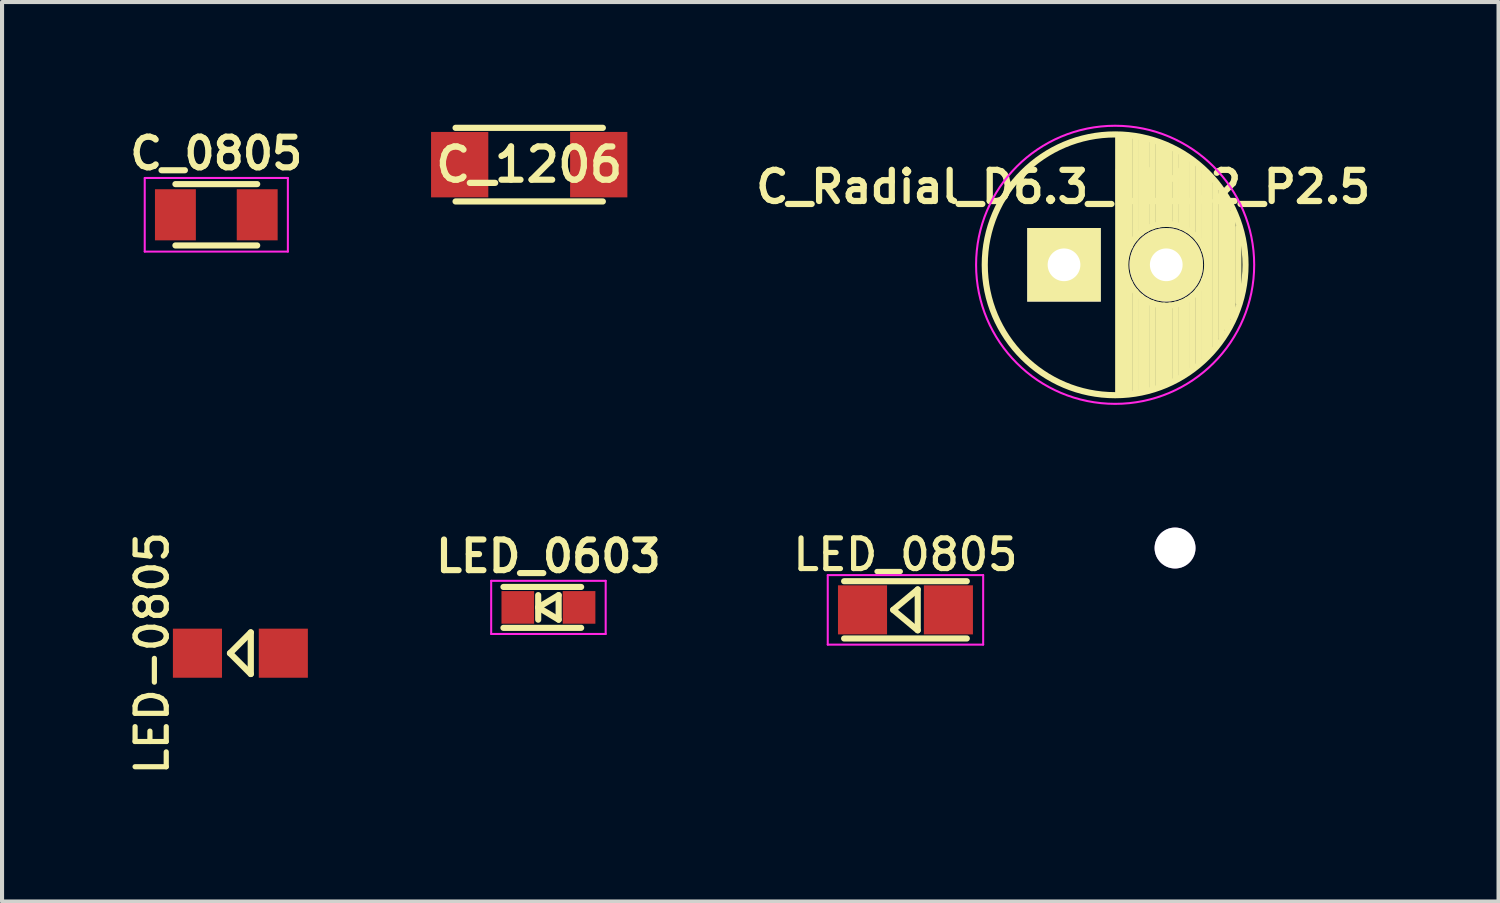
<source format=kicad_pcb>
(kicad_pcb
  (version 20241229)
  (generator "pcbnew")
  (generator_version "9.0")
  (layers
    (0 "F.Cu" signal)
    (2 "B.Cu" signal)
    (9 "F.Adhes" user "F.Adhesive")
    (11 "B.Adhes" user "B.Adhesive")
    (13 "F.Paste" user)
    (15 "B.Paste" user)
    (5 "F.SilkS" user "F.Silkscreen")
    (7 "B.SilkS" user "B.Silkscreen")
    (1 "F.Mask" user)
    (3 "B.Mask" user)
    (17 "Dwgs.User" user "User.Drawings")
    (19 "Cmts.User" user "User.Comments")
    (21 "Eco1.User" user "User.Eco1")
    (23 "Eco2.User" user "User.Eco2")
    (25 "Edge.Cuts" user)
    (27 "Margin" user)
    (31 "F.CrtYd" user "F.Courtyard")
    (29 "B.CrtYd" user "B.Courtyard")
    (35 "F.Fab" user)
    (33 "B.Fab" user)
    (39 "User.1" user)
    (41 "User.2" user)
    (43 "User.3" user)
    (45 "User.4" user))
  (footprint "LED_0603"
    (layer "F.Cu")
    (at 10.36 11.802)
    (property "Reference" "LED_0603" (at 0 -1.25 0) (layer "F.SilkS") (effects (font (size 0.75 0.75) (thickness 0.15))))
    (attr smd)
    (fp_line (start -1.1 -0.5) (end 0.8 -0.5) (stroke (width 0.15) (type solid)) (layer "F.SilkS"))
    (fp_line (start -1.1 0.5) (end 0.8 0.5) (stroke (width 0.15) (type solid)) (layer "F.SilkS"))
    (fp_line (start -0.25 -0.3) (end -0.25 0.3) (stroke (width 0.15) (type solid)) (layer "F.SilkS"))
    (fp_line (start -0.25 0) (end 0.25 0.3) (stroke (width 0.15) (type solid)) (layer "F.SilkS"))
    (fp_line (start 0.25 -0.3) (end -0.25 0) (stroke (width 0.15) (type solid)) (layer "F.SilkS"))
    (fp_line (start 0.25 0.3) (end 0.25 -0.3) (stroke (width 0.15) (type solid)) (layer "F.SilkS"))
    (fp_line (start -1.4 -0.65) (end 1.4 -0.65) (stroke (width 0.05) (type solid)) (layer "F.CrtYd"))
    (fp_line (start -1.4 0.65) (end -1.4 -0.65) (stroke (width 0.05) (type solid)) (layer "F.CrtYd"))
    (fp_line (start 1.4 -0.65) (end 1.4 0.65) (stroke (width 0.05) (type solid)) (layer "F.CrtYd"))
    (fp_line (start 1.4 0.65) (end -1.4 0.65) (stroke (width 0.05) (type solid)) (layer "F.CrtYd"))
    (pad "1" smd rect (at -0.749 0 180) (size 0.798 0.798) (layers "F.Cu" "F.Mask" "F.Paste"))
    (pad "2" smd rect (at 0.749 0 180) (size 0.798 0.798) (layers "F.Cu" "F.Mask" "F.Paste")))
  (footprint "C_Radial_D6.3_L11.2_P2.5"
    (layer "F.Cu")
    (at 24.217 3.425)
    (property "Reference" "C_Radial_D6.3_L11.2_P2.5" (at -1.27 -1.905 0) (layer "F.SilkS") (effects (font (size 0.762 0.762) (thickness 0.152))))
    (attr through_hole)
    (fp_line (start 0.075 -3.149) (end 0.075 3.149) (stroke (width 0.15) (type solid)) (layer "F.SilkS"))
    (fp_line (start 0.215 -3.143) (end 0.215 3.143) (stroke (width 0.15) (type solid)) (layer "F.SilkS"))
    (fp_line (start 0.355 -3.13) (end 0.355 -0.446) (stroke (width 0.15) (type solid)) (layer "F.SilkS"))
    (fp_line (start 0.355 0.446) (end 0.355 3.13) (stroke (width 0.15) (type solid)) (layer "F.SilkS"))
    (fp_line (start 0.495 -3.111) (end 0.495 -0.656) (stroke (width 0.15) (type solid)) (layer "F.SilkS"))
    (fp_line (start 0.495 0.656) (end 0.495 3.111) (stroke (width 0.15) (type solid)) (layer "F.SilkS"))
    (fp_line (start 0.635 -3.085) (end 0.635 -0.789) (stroke (width 0.15) (type solid)) (layer "F.SilkS"))
    (fp_line (start 0.635 0.789) (end 0.635 3.085) (stroke (width 0.15) (type solid)) (layer "F.SilkS"))
    (fp_line (start 0.775 -3.053) (end 0.775 -0.88) (stroke (width 0.15) (type solid)) (layer "F.SilkS"))
    (fp_line (start 0.775 0.88) (end 0.775 3.053) (stroke (width 0.15) (type solid)) (layer "F.SilkS"))
    (fp_line (start 0.915 -3.014) (end 0.915 -0.942) (stroke (width 0.15) (type solid)) (layer "F.SilkS"))
    (fp_line (start 0.915 0.942) (end 0.915 3.014) (stroke (width 0.15) (type solid)) (layer "F.SilkS"))
    (fp_line (start 1.055 -2.968) (end 1.055 -0.981) (stroke (width 0.15) (type solid)) (layer "F.SilkS"))
    (fp_line (start 1.055 0.981) (end 1.055 2.968) (stroke (width 0.15) (type solid)) (layer "F.SilkS"))
    (fp_line (start 1.195 -2.915) (end 1.195 -0.998) (stroke (width 0.15) (type solid)) (layer "F.SilkS"))
    (fp_line (start 1.195 0.998) (end 1.195 2.915) (stroke (width 0.15) (type solid)) (layer "F.SilkS"))
    (fp_line (start 1.335 -2.853) (end 1.335 -0.996) (stroke (width 0.15) (type solid)) (layer "F.SilkS"))
    (fp_line (start 1.335 0.996) (end 1.335 2.853) (stroke (width 0.15) (type solid)) (layer "F.SilkS"))
    (fp_line (start 1.475 -2.783) (end 1.475 -0.974) (stroke (width 0.15) (type solid)) (layer "F.SilkS"))
    (fp_line (start 1.475 0.974) (end 1.475 2.783) (stroke (width 0.15) (type solid)) (layer "F.SilkS"))
    (fp_line (start 1.615 -2.704) (end 1.615 -0.931) (stroke (width 0.15) (type solid)) (layer "F.SilkS"))
    (fp_line (start 1.615 0.931) (end 1.615 2.704) (stroke (width 0.15) (type solid)) (layer "F.SilkS"))
    (fp_line (start 1.755 -2.616) (end 1.755 -0.863) (stroke (width 0.15) (type solid)) (layer "F.SilkS"))
    (fp_line (start 1.755 0.863) (end 1.755 2.616) (stroke (width 0.15) (type solid)) (layer "F.SilkS"))
    (fp_line (start 1.895 -2.516) (end 1.895 -0.764) (stroke (width 0.15) (type solid)) (layer "F.SilkS"))
    (fp_line (start 1.895 0.764) (end 1.895 2.516) (stroke (width 0.15) (type solid)) (layer "F.SilkS"))
    (fp_line (start 2.035 -2.404) (end 2.035 -0.619) (stroke (width 0.15) (type solid)) (layer "F.SilkS"))
    (fp_line (start 2.035 0.619) (end 2.035 2.404) (stroke (width 0.15) (type solid)) (layer "F.SilkS"))
    (fp_line (start 2.175 -2.279) (end 2.175 -0.38) (stroke (width 0.15) (type solid)) (layer "F.SilkS"))
    (fp_line (start 2.175 0.38) (end 2.175 2.279) (stroke (width 0.15) (type solid)) (layer "F.SilkS"))
    (fp_line (start 2.315 -2.136) (end 2.315 2.136) (stroke (width 0.15) (type solid)) (layer "F.SilkS"))
    (fp_line (start 2.455 -1.974) (end 2.455 1.974) (stroke (width 0.15) (type solid)) (layer "F.SilkS"))
    (fp_line (start 2.595 -1.786) (end 2.595 1.786) (stroke (width 0.15) (type solid)) (layer "F.SilkS"))
    (fp_line (start 2.735 -1.563) (end 2.735 1.563) (stroke (width 0.15) (type solid)) (layer "F.SilkS"))
    (fp_line (start 2.875 -1.287) (end 2.875 1.287) (stroke (width 0.15) (type solid)) (layer "F.SilkS"))
    (fp_line (start 3.015 -0.912) (end 3.015 0.912) (stroke (width 0.15) (type solid)) (layer "F.SilkS"))
    (fp_circle (center 0 0) (end 0 -3.188) (stroke (width 0.15) (type solid)) (fill no) (layer "F.SilkS"))
    (fp_circle (center 1.25 0) (end 1.25 -1) (stroke (width 0.15) (type solid)) (fill no) (layer "F.SilkS"))
    (fp_circle (center 0 0) (end 0 -3.4) (stroke (width 0.05) (type solid)) (fill no) (layer "F.CrtYd"))
    (pad "1" thru_hole rect (at -1.25 0) (size 1.8 1.8) (drill 0.8) (layers "*.Cu" "*.Mask" "F.SilkS"))
    (pad "2" thru_hole circle (at 1.25 0) (size 1.8 1.8) (drill 0.8) (layers "*.Cu" "*.Mask" "F.SilkS")))
  (footprint "PanelHole_1mm"
    (layer "F.Cu")
    (at 25.682 10.35)
    (property "Reference" "PanelHole_1mm" (at 0 0.5 0) (layer "F.SilkS") (effects (font (size 0.127 0.127) (thickness 0.001))))
    (attr through_hole)
    (pad "0" thru_hole circle (at 0 0) (size 1 1) (drill 1) (layers "*.Cu" "*.Mask")))
  (footprint "C_0805"
    (layer "F.Cu")
    (at 2.239 2.202)
    (property "Reference" "C_0805" (at 0 -1.5 0) (layer "F.SilkS") (effects (font (size 0.75 0.75) (thickness 0.15))))
    (attr smd)
    (fp_line (start -1 0.75) (end 1 0.75) (stroke (width 0.15) (type solid)) (layer "F.SilkS"))
    (fp_line (start 1 -0.75) (end -1 -0.75) (stroke (width 0.15) (type solid)) (layer "F.SilkS"))
    (fp_line (start -1.75 -0.9) (end -1.75 0.9) (stroke (width 0.05) (type solid)) (layer "F.CrtYd"))
    (fp_line (start -1.75 -0.9) (end 1.75 -0.9) (stroke (width 0.05) (type solid)) (layer "F.CrtYd"))
    (fp_line (start -1.75 0.9) (end 1.75 0.9) (stroke (width 0.05) (type solid)) (layer "F.CrtYd"))
    (fp_line (start 1.75 -0.9) (end 1.75 0.9) (stroke (width 0.05) (type solid)) (layer "F.CrtYd"))
    (pad "1" smd rect (at -1 0) (size 1 1.25) (layers "F.Cu" "F.Mask" "F.Paste"))
    (pad "2" smd rect (at 1 0) (size 1 1.25) (layers "F.Cu" "F.Mask" "F.Paste")))
  (footprint "C_1206"
    (layer "F.Cu")
    (at 9.89 0.976)
    (property "Reference" "C_1206" (at 0 0 0) (layer "F.SilkS") (effects (font (size 0.813 0.813) (thickness 0.152))))
    (attr smd)
    (fp_line (start -1.8 -0.9) (end 1.8 -0.9) (stroke (width 0.152) (type solid)) (layer "F.SilkS"))
    (fp_line (start -1.8 0.9) (end 1.8 0.9) (stroke (width 0.152) (type solid)) (layer "F.SilkS"))
    (pad "1" smd rect (at -1.7 0) (size 1.4 1.6) (layers "F.Cu" "F.Mask" "F.Paste"))
    (pad "2" smd rect (at 1.7 0) (size 1.4 1.6) (layers "F.Cu" "F.Mask" "F.Paste")))
  (footprint "LED-0805"
    (layer "F.Cu")
    (at 2.828 12.922)
    (property "Reference" "LED-0805" (at -2.159 0 90) (layer "F.SilkS") (effects (font (size 0.762 0.762) (thickness 0.127))))
    (attr smd)
    (fp_line (start -0.254 0) (end 0.254 -0.508) (stroke (width 0.152) (type solid)) (layer "F.SilkS"))
    (fp_line (start 0.254 -0.508) (end 0.254 0.508) (stroke (width 0.152) (type solid)) (layer "F.SilkS"))
    (fp_line (start 0.254 0.508) (end -0.254 0) (stroke (width 0.152) (type solid)) (layer "F.SilkS"))
    (pad "1" smd rect (at -1.05 0) (size 1.2 1.2) (layers "F.Cu" "F.Mask" "F.Paste"))
    (pad "2" smd rect (at 1.05 0) (size 1.2 1.2) (layers "F.Cu" "F.Mask" "F.Paste")))
  (footprint "LED_0805"
    (layer "F.Cu")
    (at 19.09 11.862)
    (property "Reference" "LED_0805" (at 0 -1.35 180) (layer "F.SilkS") (effects (font (size 0.75 0.75) (thickness 0.127))))
    (attr smd)
    (fp_line (start -1.5 -0.7) (end 1.5 -0.7) (stroke (width 0.15) (type solid)) (layer "F.SilkS"))
    (fp_line (start -1.5 0.7) (end 1.5 0.7) (stroke (width 0.15) (type solid)) (layer "F.SilkS"))
    (fp_line (start -0.3 0) (end 0.3 -0.5) (stroke (width 0.15) (type solid)) (layer "F.SilkS"))
    (fp_line (start 0.3 -0.5) (end 0.3 0.5) (stroke (width 0.15) (type solid)) (layer "F.SilkS"))
    (fp_line (start 0.3 0.5) (end -0.3 0) (stroke (width 0.15) (type solid)) (layer "F.SilkS"))
    (fp_line (start -1.9 -0.85) (end -1.9 0.85) (stroke (width 0.05) (type solid)) (layer "F.CrtYd"))
    (fp_line (start -1.9 -0.85) (end 1.9 -0.85) (stroke (width 0.05) (type solid)) (layer "F.CrtYd"))
    (fp_line (start -1.9 0.85) (end 1.9 0.85) (stroke (width 0.05) (type solid)) (layer "F.CrtYd"))
    (fp_line (start 1.9 -0.85) (end 1.9 0.85) (stroke (width 0.05) (type solid)) (layer "F.CrtYd"))
    (pad "1" smd rect (at -1.05 0) (size 1.2 1.2) (layers "F.Cu" "F.Mask" "F.Paste"))
    (pad "2" smd rect (at 1.05 0) (size 1.2 1.2) (layers "F.Cu" "F.Mask" "F.Paste")))
  (gr_rect
    (start -3 -3)
    (end 33.592 18.993)
    (stroke (width 0.1) (type default))
    (fill no)
    (layer "Edge.Cuts")))
</source>
